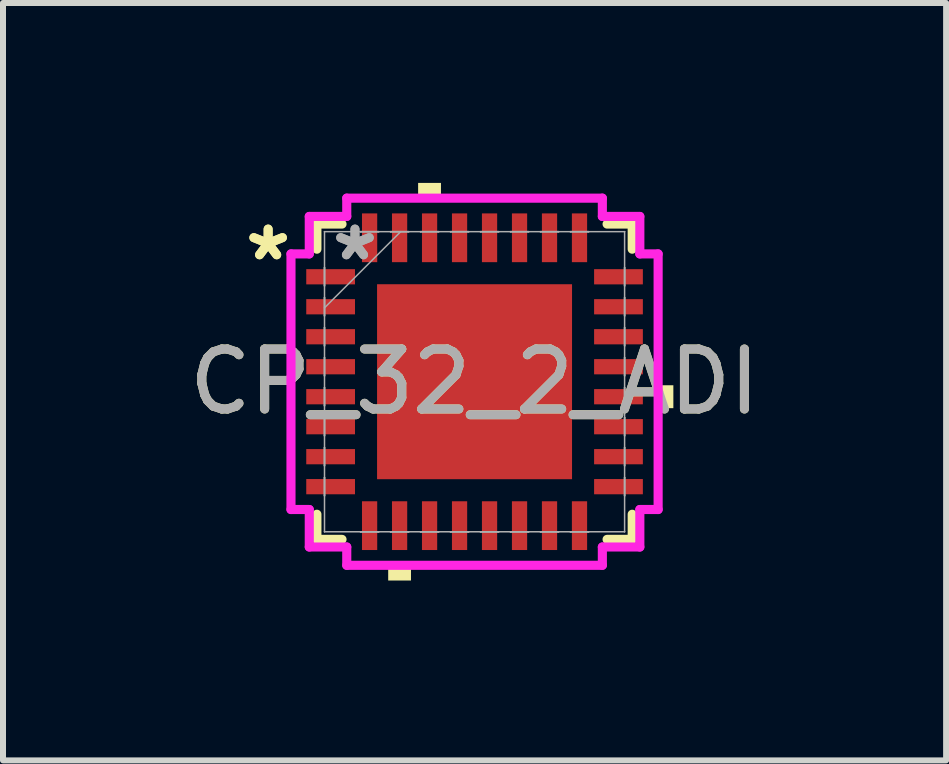
<source format=kicad_pcb>
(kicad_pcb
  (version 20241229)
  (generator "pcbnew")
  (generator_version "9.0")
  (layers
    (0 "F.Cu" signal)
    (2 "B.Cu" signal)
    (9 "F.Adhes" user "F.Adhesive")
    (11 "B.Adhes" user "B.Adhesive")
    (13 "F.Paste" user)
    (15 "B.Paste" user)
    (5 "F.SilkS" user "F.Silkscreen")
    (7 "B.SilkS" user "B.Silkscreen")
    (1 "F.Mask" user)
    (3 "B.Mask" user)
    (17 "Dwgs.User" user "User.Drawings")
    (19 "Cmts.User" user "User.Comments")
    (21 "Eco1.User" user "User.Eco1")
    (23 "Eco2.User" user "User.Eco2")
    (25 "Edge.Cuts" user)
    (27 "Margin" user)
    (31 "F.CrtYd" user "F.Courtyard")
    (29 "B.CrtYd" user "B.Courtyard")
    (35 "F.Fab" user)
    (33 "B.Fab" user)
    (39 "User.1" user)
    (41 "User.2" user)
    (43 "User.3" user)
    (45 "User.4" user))
  (footprint "CP_32_2_ADI"
    (layer "F.Cu")
    (at 4.863 3.315)
    (property "Reference" "CP_32_2_ADI" (at 0 0 0) (unlocked yes) (layer "F.SilkS") (effects (font (size 1 1) (thickness 0.15))))
    (attr smd)
    (fp_line (start -2.629 -2.629) (end -2.629 -2.21) (stroke (width 0.152) (type solid)) (layer "F.SilkS"))
    (fp_line (start -2.629 2.21) (end -2.629 2.629) (stroke (width 0.152) (type solid)) (layer "F.SilkS"))
    (fp_line (start -2.629 2.629) (end -2.21 2.629) (stroke (width 0.152) (type solid)) (layer "F.SilkS"))
    (fp_line (start -2.21 -2.629) (end -2.629 -2.629) (stroke (width 0.152) (type solid)) (layer "F.SilkS"))
    (fp_line (start 2.21 2.629) (end 2.629 2.629) (stroke (width 0.152) (type solid)) (layer "F.SilkS"))
    (fp_line (start 2.629 -2.629) (end 2.21 -2.629) (stroke (width 0.152) (type solid)) (layer "F.SilkS"))
    (fp_line (start 2.629 -2.21) (end 2.629 -2.629) (stroke (width 0.152) (type solid)) (layer "F.SilkS"))
    (fp_line (start 2.629 2.629) (end 2.629 2.21) (stroke (width 0.152) (type solid)) (layer "F.SilkS"))
    (fp_poly (pts (xy -1.44 3.061) (xy -1.44 3.315) (xy -1.06 3.315) (xy -1.06 3.061)) (stroke (width 0) (type solid)) (fill yes) (layer "F.SilkS"))
    (fp_poly (pts (xy -0.941 -3.061) (xy -0.941 -3.315) (xy -0.56 -3.315) (xy -0.56 -3.061)) (stroke (width 0) (type solid)) (fill yes) (layer "F.SilkS"))
    (fp_poly (pts (xy 3.315 0.059) (xy 3.315 0.441) (xy 3.061 0.441) (xy 3.061 0.059)) (stroke (width 0) (type solid)) (fill yes) (layer "F.SilkS"))
    (fp_poly (pts (xy -1.526 -1.526) (xy -1.526 -0.1) (xy -0.1 -0.1) (xy -0.1 -1.526)) (stroke (width 0) (type solid)) (fill yes) (layer "F.Paste"))
    (fp_poly (pts (xy -1.526 0.1) (xy -1.526 1.526) (xy -0.1 1.526) (xy -0.1 0.1)) (stroke (width 0) (type solid)) (fill yes) (layer "F.Paste"))
    (fp_poly (pts (xy 0.1 -1.526) (xy 0.1 -0.1) (xy 1.526 -0.1) (xy 1.526 -1.526)) (stroke (width 0) (type solid)) (fill yes) (layer "F.Paste"))
    (fp_poly (pts (xy 0.1 0.1) (xy 0.1 1.526) (xy 1.526 1.526) (xy 1.526 0.1)) (stroke (width 0) (type solid)) (fill yes) (layer "F.Paste"))
    (fp_line (start -3.061 -2.131) (end -2.756 -2.131) (stroke (width 0.152) (type solid)) (layer "F.CrtYd"))
    (fp_line (start -3.061 2.131) (end -3.061 -2.131) (stroke (width 0.152) (type solid)) (layer "F.CrtYd"))
    (fp_line (start -2.756 -2.756) (end -2.131 -2.756) (stroke (width 0.152) (type solid)) (layer "F.CrtYd"))
    (fp_line (start -2.756 -2.131) (end -2.756 -2.756) (stroke (width 0.152) (type solid)) (layer "F.CrtYd"))
    (fp_line (start -2.756 2.131) (end -3.061 2.131) (stroke (width 0.152) (type solid)) (layer "F.CrtYd"))
    (fp_line (start -2.756 2.756) (end -2.756 2.131) (stroke (width 0.152) (type solid)) (layer "F.CrtYd"))
    (fp_line (start -2.131 -3.061) (end 2.131 -3.061) (stroke (width 0.152) (type solid)) (layer "F.CrtYd"))
    (fp_line (start -2.131 -2.756) (end -2.131 -3.061) (stroke (width 0.152) (type solid)) (layer "F.CrtYd"))
    (fp_line (start -2.131 2.756) (end -2.756 2.756) (stroke (width 0.152) (type solid)) (layer "F.CrtYd"))
    (fp_line (start -2.131 3.061) (end -2.131 2.756) (stroke (width 0.152) (type solid)) (layer "F.CrtYd"))
    (fp_line (start 2.131 -3.061) (end 2.131 -2.756) (stroke (width 0.152) (type solid)) (layer "F.CrtYd"))
    (fp_line (start 2.131 -2.756) (end 2.756 -2.756) (stroke (width 0.152) (type solid)) (layer "F.CrtYd"))
    (fp_line (start 2.131 2.756) (end 2.131 3.061) (stroke (width 0.152) (type solid)) (layer "F.CrtYd"))
    (fp_line (start 2.131 3.061) (end -2.131 3.061) (stroke (width 0.152) (type solid)) (layer "F.CrtYd"))
    (fp_line (start 2.756 -2.756) (end 2.756 -2.131) (stroke (width 0.152) (type solid)) (layer "F.CrtYd"))
    (fp_line (start 2.756 -2.131) (end 3.061 -2.131) (stroke (width 0.152) (type solid)) (layer "F.CrtYd"))
    (fp_line (start 2.756 2.131) (end 2.756 2.756) (stroke (width 0.152) (type solid)) (layer "F.CrtYd"))
    (fp_line (start 2.756 2.756) (end 2.131 2.756) (stroke (width 0.152) (type solid)) (layer "F.CrtYd"))
    (fp_line (start 3.061 -2.131) (end 3.061 2.131) (stroke (width 0.152) (type solid)) (layer "F.CrtYd"))
    (fp_line (start 3.061 2.131) (end 2.756 2.131) (stroke (width 0.152) (type solid)) (layer "F.CrtYd"))
    (fp_line (start -2.502 -2.502) (end -2.502 -2.502) (stroke (width 0.025) (type solid)) (layer "F.Fab"))
    (fp_line (start -2.502 -2.502) (end -2.502 2.502) (stroke (width 0.025) (type solid)) (layer "F.Fab"))
    (fp_line (start -2.502 -1.902) (end -2.502 -1.902) (stroke (width 0.025) (type solid)) (layer "F.Fab"))
    (fp_line (start -2.502 -1.902) (end -2.502 -1.598) (stroke (width 0.025) (type solid)) (layer "F.Fab"))
    (fp_line (start -2.502 -1.598) (end -2.502 -1.902) (stroke (width 0.025) (type solid)) (layer "F.Fab"))
    (fp_line (start -2.502 -1.598) (end -2.502 -1.598) (stroke (width 0.025) (type solid)) (layer "F.Fab"))
    (fp_line (start -2.502 -1.402) (end -2.502 -1.402) (stroke (width 0.025) (type solid)) (layer "F.Fab"))
    (fp_line (start -2.502 -1.402) (end -2.502 -1.098) (stroke (width 0.025) (type solid)) (layer "F.Fab"))
    (fp_line (start -2.502 -1.232) (end -1.232 -2.502) (stroke (width 0.025) (type solid)) (layer "F.Fab"))
    (fp_line (start -2.502 -1.098) (end -2.502 -1.402) (stroke (width 0.025) (type solid)) (layer "F.Fab"))
    (fp_line (start -2.502 -1.098) (end -2.502 -1.098) (stroke (width 0.025) (type solid)) (layer "F.Fab"))
    (fp_line (start -2.502 -0.902) (end -2.502 -0.902) (stroke (width 0.025) (type solid)) (layer "F.Fab"))
    (fp_line (start -2.502 -0.902) (end -2.502 -0.598) (stroke (width 0.025) (type solid)) (layer "F.Fab"))
    (fp_line (start -2.502 -0.598) (end -2.502 -0.902) (stroke (width 0.025) (type solid)) (layer "F.Fab"))
    (fp_line (start -2.502 -0.598) (end -2.502 -0.598) (stroke (width 0.025) (type solid)) (layer "F.Fab"))
    (fp_line (start -2.502 -0.402) (end -2.502 -0.402) (stroke (width 0.025) (type solid)) (layer "F.Fab"))
    (fp_line (start -2.502 -0.402) (end -2.502 -0.098) (stroke (width 0.025) (type solid)) (layer "F.Fab"))
    (fp_line (start -2.502 -0.098) (end -2.502 -0.402) (stroke (width 0.025) (type solid)) (layer "F.Fab"))
    (fp_line (start -2.502 -0.098) (end -2.502 -0.098) (stroke (width 0.025) (type solid)) (layer "F.Fab"))
    (fp_line (start -2.502 0.098) (end -2.502 0.098) (stroke (width 0.025) (type solid)) (layer "F.Fab"))
    (fp_line (start -2.502 0.098) (end -2.502 0.402) (stroke (width 0.025) (type solid)) (layer "F.Fab"))
    (fp_line (start -2.502 0.402) (end -2.502 0.098) (stroke (width 0.025) (type solid)) (layer "F.Fab"))
    (fp_line (start -2.502 0.402) (end -2.502 0.402) (stroke (width 0.025) (type solid)) (layer "F.Fab"))
    (fp_line (start -2.502 0.598) (end -2.502 0.598) (stroke (width 0.025) (type solid)) (layer "F.Fab"))
    (fp_line (start -2.502 0.598) (end -2.502 0.902) (stroke (width 0.025) (type solid)) (layer "F.Fab"))
    (fp_line (start -2.502 0.902) (end -2.502 0.598) (stroke (width 0.025) (type solid)) (layer "F.Fab"))
    (fp_line (start -2.502 0.902) (end -2.502 0.902) (stroke (width 0.025) (type solid)) (layer "F.Fab"))
    (fp_line (start -2.502 1.098) (end -2.502 1.098) (stroke (width 0.025) (type solid)) (layer "F.Fab"))
    (fp_line (start -2.502 1.098) (end -2.502 1.402) (stroke (width 0.025) (type solid)) (layer "F.Fab"))
    (fp_line (start -2.502 1.402) (end -2.502 1.098) (stroke (width 0.025) (type solid)) (layer "F.Fab"))
    (fp_line (start -2.502 1.402) (end -2.502 1.402) (stroke (width 0.025) (type solid)) (layer "F.Fab"))
    (fp_line (start -2.502 1.598) (end -2.502 1.598) (stroke (width 0.025) (type solid)) (layer "F.Fab"))
    (fp_line (start -2.502 1.598) (end -2.502 1.902) (stroke (width 0.025) (type solid)) (layer "F.Fab"))
    (fp_line (start -2.502 1.902) (end -2.502 1.598) (stroke (width 0.025) (type solid)) (layer "F.Fab"))
    (fp_line (start -2.502 1.902) (end -2.502 1.902) (stroke (width 0.025) (type solid)) (layer "F.Fab"))
    (fp_line (start -2.502 2.502) (end -2.502 2.502) (stroke (width 0.025) (type solid)) (layer "F.Fab"))
    (fp_line (start -2.502 2.502) (end 2.502 2.502) (stroke (width 0.025) (type solid)) (layer "F.Fab"))
    (fp_line (start -1.902 -2.502) (end -1.902 -2.502) (stroke (width 0.025) (type solid)) (layer "F.Fab"))
    (fp_line (start -1.902 -2.502) (end -1.598 -2.502) (stroke (width 0.025) (type solid)) (layer "F.Fab"))
    (fp_line (start -1.902 2.502) (end -1.902 2.502) (stroke (width 0.025) (type solid)) (layer "F.Fab"))
    (fp_line (start -1.902 2.502) (end -1.598 2.502) (stroke (width 0.025) (type solid)) (layer "F.Fab"))
    (fp_line (start -1.598 -2.502) (end -1.902 -2.502) (stroke (width 0.025) (type solid)) (layer "F.Fab"))
    (fp_line (start -1.598 -2.502) (end -1.598 -2.502) (stroke (width 0.025) (type solid)) (layer "F.Fab"))
    (fp_line (start -1.598 2.502) (end -1.902 2.502) (stroke (width 0.025) (type solid)) (layer "F.Fab"))
    (fp_line (start -1.598 2.502) (end -1.598 2.502) (stroke (width 0.025) (type solid)) (layer "F.Fab"))
    (fp_line (start -1.402 -2.502) (end -1.402 -2.502) (stroke (width 0.025) (type solid)) (layer "F.Fab"))
    (fp_line (start -1.402 -2.502) (end -1.098 -2.502) (stroke (width 0.025) (type solid)) (layer "F.Fab"))
    (fp_line (start -1.402 2.502) (end -1.402 2.502) (stroke (width 0.025) (type solid)) (layer "F.Fab"))
    (fp_line (start -1.402 2.502) (end -1.098 2.502) (stroke (width 0.025) (type solid)) (layer "F.Fab"))
    (fp_line (start -1.098 -2.502) (end -1.402 -2.502) (stroke (width 0.025) (type solid)) (layer "F.Fab"))
    (fp_line (start -1.098 -2.502) (end -1.098 -2.502) (stroke (width 0.025) (type solid)) (layer "F.Fab"))
    (fp_line (start -1.098 2.502) (end -1.402 2.502) (stroke (width 0.025) (type solid)) (layer "F.Fab"))
    (fp_line (start -1.098 2.502) (end -1.098 2.502) (stroke (width 0.025) (type solid)) (layer "F.Fab"))
    (fp_line (start -0.902 -2.502) (end -0.902 -2.502) (stroke (width 0.025) (type solid)) (layer "F.Fab"))
    (fp_line (start -0.902 -2.502) (end -0.598 -2.502) (stroke (width 0.025) (type solid)) (layer "F.Fab"))
    (fp_line (start -0.902 2.502) (end -0.902 2.502) (stroke (width 0.025) (type solid)) (layer "F.Fab"))
    (fp_line (start -0.902 2.502) (end -0.598 2.502) (stroke (width 0.025) (type solid)) (layer "F.Fab"))
    (fp_line (start -0.598 -2.502) (end -0.902 -2.502) (stroke (width 0.025) (type solid)) (layer "F.Fab"))
    (fp_line (start -0.598 -2.502) (end -0.598 -2.502) (stroke (width 0.025) (type solid)) (layer "F.Fab"))
    (fp_line (start -0.598 2.502) (end -0.902 2.502) (stroke (width 0.025) (type solid)) (layer "F.Fab"))
    (fp_line (start -0.598 2.502) (end -0.598 2.502) (stroke (width 0.025) (type solid)) (layer "F.Fab"))
    (fp_line (start -0.402 -2.502) (end -0.402 -2.502) (stroke (width 0.025) (type solid)) (layer "F.Fab"))
    (fp_line (start -0.402 -2.502) (end -0.098 -2.502) (stroke (width 0.025) (type solid)) (layer "F.Fab"))
    (fp_line (start -0.402 2.502) (end -0.402 2.502) (stroke (width 0.025) (type solid)) (layer "F.Fab"))
    (fp_line (start -0.402 2.502) (end -0.098 2.502) (stroke (width 0.025) (type solid)) (layer "F.Fab"))
    (fp_line (start -0.098 -2.502) (end -0.402 -2.502) (stroke (width 0.025) (type solid)) (layer "F.Fab"))
    (fp_line (start -0.098 -2.502) (end -0.098 -2.502) (stroke (width 0.025) (type solid)) (layer "F.Fab"))
    (fp_line (start -0.098 2.502) (end -0.402 2.502) (stroke (width 0.025) (type solid)) (layer "F.Fab"))
    (fp_line (start -0.098 2.502) (end -0.098 2.502) (stroke (width 0.025) (type solid)) (layer "F.Fab"))
    (fp_line (start 0.098 -2.502) (end 0.098 -2.502) (stroke (width 0.025) (type solid)) (layer "F.Fab"))
    (fp_line (start 0.098 -2.502) (end 0.402 -2.502) (stroke (width 0.025) (type solid)) (layer "F.Fab"))
    (fp_line (start 0.098 2.502) (end 0.098 2.502) (stroke (width 0.025) (type solid)) (layer "F.Fab"))
    (fp_line (start 0.098 2.502) (end 0.402 2.502) (stroke (width 0.025) (type solid)) (layer "F.Fab"))
    (fp_line (start 0.402 -2.502) (end 0.098 -2.502) (stroke (width 0.025) (type solid)) (layer "F.Fab"))
    (fp_line (start 0.402 -2.502) (end 0.402 -2.502) (stroke (width 0.025) (type solid)) (layer "F.Fab"))
    (fp_line (start 0.402 2.502) (end 0.098 2.502) (stroke (width 0.025) (type solid)) (layer "F.Fab"))
    (fp_line (start 0.402 2.502) (end 0.402 2.502) (stroke (width 0.025) (type solid)) (layer "F.Fab"))
    (fp_line (start 0.598 -2.502) (end 0.598 -2.502) (stroke (width 0.025) (type solid)) (layer "F.Fab"))
    (fp_line (start 0.598 -2.502) (end 0.902 -2.502) (stroke (width 0.025) (type solid)) (layer "F.Fab"))
    (fp_line (start 0.598 2.502) (end 0.598 2.502) (stroke (width 0.025) (type solid)) (layer "F.Fab"))
    (fp_line (start 0.598 2.502) (end 0.902 2.502) (stroke (width 0.025) (type solid)) (layer "F.Fab"))
    (fp_line (start 0.902 -2.502) (end 0.598 -2.502) (stroke (width 0.025) (type solid)) (layer "F.Fab"))
    (fp_line (start 0.902 -2.502) (end 0.902 -2.502) (stroke (width 0.025) (type solid)) (layer "F.Fab"))
    (fp_line (start 0.902 2.502) (end 0.598 2.502) (stroke (width 0.025) (type solid)) (layer "F.Fab"))
    (fp_line (start 0.902 2.502) (end 0.902 2.502) (stroke (width 0.025) (type solid)) (layer "F.Fab"))
    (fp_line (start 1.098 -2.502) (end 1.098 -2.502) (stroke (width 0.025) (type solid)) (layer "F.Fab"))
    (fp_line (start 1.098 -2.502) (end 1.402 -2.502) (stroke (width 0.025) (type solid)) (layer "F.Fab"))
    (fp_line (start 1.098 2.502) (end 1.098 2.502) (stroke (width 0.025) (type solid)) (layer "F.Fab"))
    (fp_line (start 1.098 2.502) (end 1.402 2.502) (stroke (width 0.025) (type solid)) (layer "F.Fab"))
    (fp_line (start 1.402 -2.502) (end 1.098 -2.502) (stroke (width 0.025) (type solid)) (layer "F.Fab"))
    (fp_line (start 1.402 -2.502) (end 1.402 -2.502) (stroke (width 0.025) (type solid)) (layer "F.Fab"))
    (fp_line (start 1.402 2.502) (end 1.098 2.502) (stroke (width 0.025) (type solid)) (layer "F.Fab"))
    (fp_line (start 1.402 2.502) (end 1.402 2.502) (stroke (width 0.025) (type solid)) (layer "F.Fab"))
    (fp_line (start 1.598 -2.502) (end 1.598 -2.502) (stroke (width 0.025) (type solid)) (layer "F.Fab"))
    (fp_line (start 1.598 -2.502) (end 1.902 -2.502) (stroke (width 0.025) (type solid)) (layer "F.Fab"))
    (fp_line (start 1.598 2.502) (end 1.598 2.502) (stroke (width 0.025) (type solid)) (layer "F.Fab"))
    (fp_line (start 1.598 2.502) (end 1.902 2.502) (stroke (width 0.025) (type solid)) (layer "F.Fab"))
    (fp_line (start 1.902 -2.502) (end 1.598 -2.502) (stroke (width 0.025) (type solid)) (layer "F.Fab"))
    (fp_line (start 1.902 -2.502) (end 1.902 -2.502) (stroke (width 0.025) (type solid)) (layer "F.Fab"))
    (fp_line (start 1.902 2.502) (end 1.598 2.502) (stroke (width 0.025) (type solid)) (layer "F.Fab"))
    (fp_line (start 1.902 2.502) (end 1.902 2.502) (stroke (width 0.025) (type solid)) (layer "F.Fab"))
    (fp_line (start 2.502 -2.502) (end -2.502 -2.502) (stroke (width 0.025) (type solid)) (layer "F.Fab"))
    (fp_line (start 2.502 -2.502) (end 2.502 -2.502) (stroke (width 0.025) (type solid)) (layer "F.Fab"))
    (fp_line (start 2.502 -1.902) (end 2.502 -1.902) (stroke (width 0.025) (type solid)) (layer "F.Fab"))
    (fp_line (start 2.502 -1.902) (end 2.502 -1.598) (stroke (width 0.025) (type solid)) (layer "F.Fab"))
    (fp_line (start 2.502 -1.598) (end 2.502 -1.902) (stroke (width 0.025) (type solid)) (layer "F.Fab"))
    (fp_line (start 2.502 -1.598) (end 2.502 -1.598) (stroke (width 0.025) (type solid)) (layer "F.Fab"))
    (fp_line (start 2.502 -1.402) (end 2.502 -1.402) (stroke (width 0.025) (type solid)) (layer "F.Fab"))
    (fp_line (start 2.502 -1.402) (end 2.502 -1.098) (stroke (width 0.025) (type solid)) (layer "F.Fab"))
    (fp_line (start 2.502 -1.098) (end 2.502 -1.402) (stroke (width 0.025) (type solid)) (layer "F.Fab"))
    (fp_line (start 2.502 -1.098) (end 2.502 -1.098) (stroke (width 0.025) (type solid)) (layer "F.Fab"))
    (fp_line (start 2.502 -0.902) (end 2.502 -0.902) (stroke (width 0.025) (type solid)) (layer "F.Fab"))
    (fp_line (start 2.502 -0.902) (end 2.502 -0.598) (stroke (width 0.025) (type solid)) (layer "F.Fab"))
    (fp_line (start 2.502 -0.598) (end 2.502 -0.902) (stroke (width 0.025) (type solid)) (layer "F.Fab"))
    (fp_line (start 2.502 -0.598) (end 2.502 -0.598) (stroke (width 0.025) (type solid)) (layer "F.Fab"))
    (fp_line (start 2.502 -0.402) (end 2.502 -0.402) (stroke (width 0.025) (type solid)) (layer "F.Fab"))
    (fp_line (start 2.502 -0.402) (end 2.502 -0.098) (stroke (width 0.025) (type solid)) (layer "F.Fab"))
    (fp_line (start 2.502 -0.098) (end 2.502 -0.402) (stroke (width 0.025) (type solid)) (layer "F.Fab"))
    (fp_line (start 2.502 -0.098) (end 2.502 -0.098) (stroke (width 0.025) (type solid)) (layer "F.Fab"))
    (fp_line (start 2.502 0.098) (end 2.502 0.098) (stroke (width 0.025) (type solid)) (layer "F.Fab"))
    (fp_line (start 2.502 0.098) (end 2.502 0.402) (stroke (width 0.025) (type solid)) (layer "F.Fab"))
    (fp_line (start 2.502 0.402) (end 2.502 0.098) (stroke (width 0.025) (type solid)) (layer "F.Fab"))
    (fp_line (start 2.502 0.402) (end 2.502 0.402) (stroke (width 0.025) (type solid)) (layer "F.Fab"))
    (fp_line (start 2.502 0.598) (end 2.502 0.598) (stroke (width 0.025) (type solid)) (layer "F.Fab"))
    (fp_line (start 2.502 0.598) (end 2.502 0.902) (stroke (width 0.025) (type solid)) (layer "F.Fab"))
    (fp_line (start 2.502 0.902) (end 2.502 0.598) (stroke (width 0.025) (type solid)) (layer "F.Fab"))
    (fp_line (start 2.502 0.902) (end 2.502 0.902) (stroke (width 0.025) (type solid)) (layer "F.Fab"))
    (fp_line (start 2.502 1.098) (end 2.502 1.098) (stroke (width 0.025) (type solid)) (layer "F.Fab"))
    (fp_line (start 2.502 1.098) (end 2.502 1.402) (stroke (width 0.025) (type solid)) (layer "F.Fab"))
    (fp_line (start 2.502 1.402) (end 2.502 1.098) (stroke (width 0.025) (type solid)) (layer "F.Fab"))
    (fp_line (start 2.502 1.402) (end 2.502 1.402) (stroke (width 0.025) (type solid)) (layer "F.Fab"))
    (fp_line (start 2.502 1.598) (end 2.502 1.598) (stroke (width 0.025) (type solid)) (layer "F.Fab"))
    (fp_line (start 2.502 1.598) (end 2.502 1.902) (stroke (width 0.025) (type solid)) (layer "F.Fab"))
    (fp_line (start 2.502 1.902) (end 2.502 1.598) (stroke (width 0.025) (type solid)) (layer "F.Fab"))
    (fp_line (start 2.502 1.902) (end 2.502 1.902) (stroke (width 0.025) (type solid)) (layer "F.Fab"))
    (fp_line (start 2.502 2.502) (end 2.502 -2.502) (stroke (width 0.025) (type solid)) (layer "F.Fab"))
    (fp_line (start 2.502 2.502) (end 2.502 2.502) (stroke (width 0.025) (type solid)) (layer "F.Fab"))
    (fp_text user "*" (at -3.442 -2 0) (unlocked yes) (layer "F.SilkS") (effects (font (size 1 1) (thickness 0.15))))
    (fp_text user "*" (at -3.442 -2 0) (layer "F.SilkS") (effects (font (size 1 1) (thickness 0.15))))
    (fp_text user "${REFERENCE}" (at 0 0 0) (unlocked yes) (layer "F.Fab") (effects (font (size 1 1) (thickness 0.15))))
    (fp_text user "*" (at -1.994 -2 0) (layer "F.Fab") (effects (font (size 1 1) (thickness 0.15))))
    (fp_text user "*" (at -1.994 -2 0) (unlocked yes) (layer "F.Fab") (effects (font (size 1 1) (thickness 0.15))))
    (pad "1" smd rect (at -2.4 -1.75 90) (size 0.254 0.813) (layers "F.Cu" "F.Mask" "F.Paste"))
    (pad "2" smd rect (at -2.4 -1.25 90) (size 0.254 0.813) (layers "F.Cu" "F.Mask" "F.Paste"))
    (pad "3" smd rect (at -2.4 -0.75 90) (size 0.254 0.813) (layers "F.Cu" "F.Mask" "F.Paste"))
    (pad "4" smd rect (at -2.4 -0.25 90) (size 0.254 0.813) (layers "F.Cu" "F.Mask" "F.Paste"))
    (pad "5" smd rect (at -2.4 0.25 90) (size 0.254 0.813) (layers "F.Cu" "F.Mask" "F.Paste"))
    (pad "6" smd rect (at -2.4 0.75 90) (size 0.254 0.813) (layers "F.Cu" "F.Mask" "F.Paste"))
    (pad "7" smd rect (at -2.4 1.25 90) (size 0.254 0.813) (layers "F.Cu" "F.Mask" "F.Paste"))
    (pad "8" smd rect (at -2.4 1.75 90) (size 0.254 0.813) (layers "F.Cu" "F.Mask" "F.Paste"))
    (pad "9" smd rect (at -1.75 2.4) (size 0.254 0.813) (layers "F.Cu" "F.Mask" "F.Paste"))
    (pad "10" smd rect (at -1.25 2.4) (size 0.254 0.813) (layers "F.Cu" "F.Mask" "F.Paste"))
    (pad "11" smd rect (at -0.75 2.4) (size 0.254 0.813) (layers "F.Cu" "F.Mask" "F.Paste"))
    (pad "12" smd rect (at -0.25 2.4) (size 0.254 0.813) (layers "F.Cu" "F.Mask" "F.Paste"))
    (pad "13" smd rect (at 0.25 2.4) (size 0.254 0.813) (layers "F.Cu" "F.Mask" "F.Paste"))
    (pad "14" smd rect (at 0.75 2.4) (size 0.254 0.813) (layers "F.Cu" "F.Mask" "F.Paste"))
    (pad "15" smd rect (at 1.25 2.4) (size 0.254 0.813) (layers "F.Cu" "F.Mask" "F.Paste"))
    (pad "16" smd rect (at 1.75 2.4) (size 0.254 0.813) (layers "F.Cu" "F.Mask" "F.Paste"))
    (pad "17" smd rect (at 2.4 1.75 90) (size 0.254 0.813) (layers "F.Cu" "F.Mask" "F.Paste"))
    (pad "18" smd rect (at 2.4 1.25 90) (size 0.254 0.813) (layers "F.Cu" "F.Mask" "F.Paste"))
    (pad "19" smd rect (at 2.4 0.75 90) (size 0.254 0.813) (layers "F.Cu" "F.Mask" "F.Paste"))
    (pad "20" smd rect (at 2.4 0.25 90) (size 0.254 0.813) (layers "F.Cu" "F.Mask" "F.Paste"))
    (pad "21" smd rect (at 2.4 -0.25 90) (size 0.254 0.813) (layers "F.Cu" "F.Mask" "F.Paste"))
    (pad "22" smd rect (at 2.4 -0.75 90) (size 0.254 0.813) (layers "F.Cu" "F.Mask" "F.Paste"))
    (pad "23" smd rect (at 2.4 -1.25 90) (size 0.254 0.813) (layers "F.Cu" "F.Mask" "F.Paste"))
    (pad "24" smd rect (at 2.4 -1.75 90) (size 0.254 0.813) (layers "F.Cu" "F.Mask" "F.Paste"))
    (pad "25" smd rect (at 1.75 -2.4) (size 0.254 0.813) (layers "F.Cu" "F.Mask" "F.Paste"))
    (pad "26" smd rect (at 1.25 -2.4) (size 0.254 0.813) (layers "F.Cu" "F.Mask" "F.Paste"))
    (pad "27" smd rect (at 0.75 -2.4) (size 0.254 0.813) (layers "F.Cu" "F.Mask" "F.Paste"))
    (pad "28" smd rect (at 0.25 -2.4) (size 0.254 0.813) (layers "F.Cu" "F.Mask" "F.Paste"))
    (pad "29" smd rect (at -0.25 -2.4) (size 0.254 0.813) (layers "F.Cu" "F.Mask" "F.Paste"))
    (pad "30" smd rect (at -0.75 -2.4) (size 0.254 0.813) (layers "F.Cu" "F.Mask" "F.Paste"))
    (pad "31" smd rect (at -1.25 -2.4) (size 0.254 0.813) (layers "F.Cu" "F.Mask" "F.Paste"))
    (pad "32" smd rect (at -1.75 -2.4) (size 0.254 0.813) (layers "F.Cu" "F.Mask" "F.Paste"))
    (pad "33" smd rect (at 0 0) (size 3.251 3.251) (layers "F.Cu" "F.Mask")))
  (gr_rect
    (start -3 -3)
    (end 12.726 9.629)
    (stroke (width 0.1) (type default))
    (fill no)
    (layer "Edge.Cuts")))
</source>
